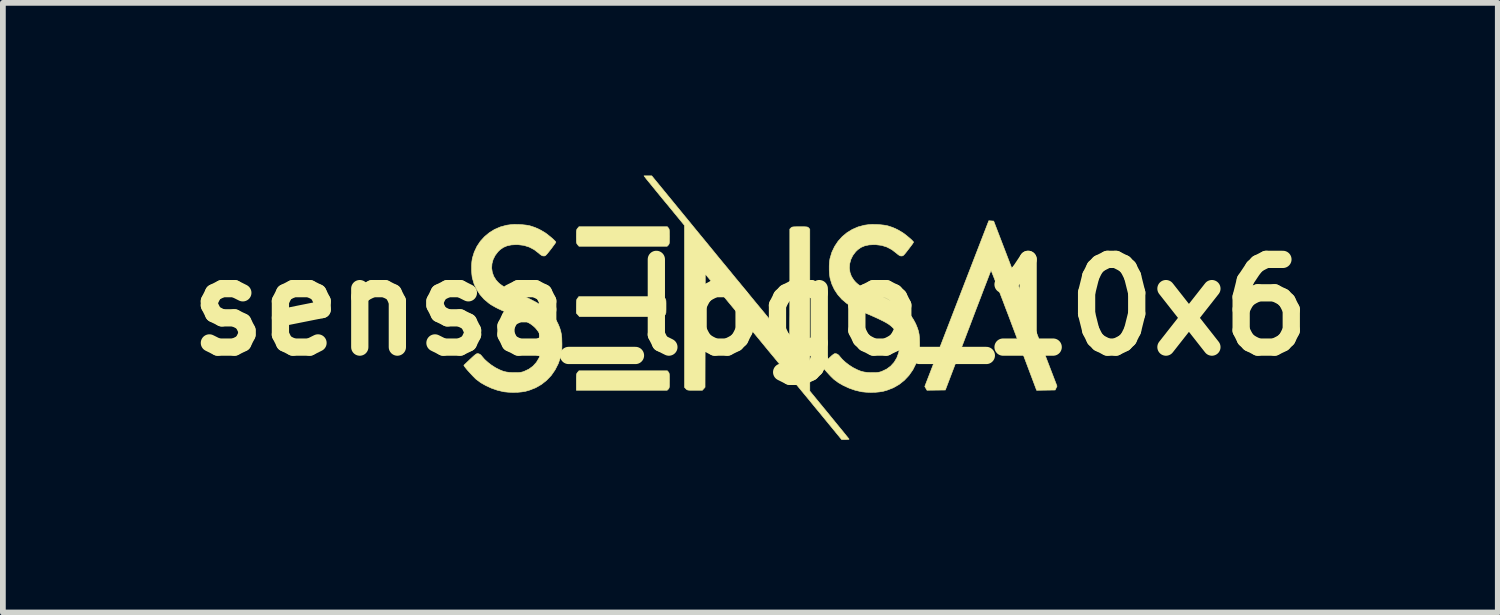
<source format=kicad_pcb>
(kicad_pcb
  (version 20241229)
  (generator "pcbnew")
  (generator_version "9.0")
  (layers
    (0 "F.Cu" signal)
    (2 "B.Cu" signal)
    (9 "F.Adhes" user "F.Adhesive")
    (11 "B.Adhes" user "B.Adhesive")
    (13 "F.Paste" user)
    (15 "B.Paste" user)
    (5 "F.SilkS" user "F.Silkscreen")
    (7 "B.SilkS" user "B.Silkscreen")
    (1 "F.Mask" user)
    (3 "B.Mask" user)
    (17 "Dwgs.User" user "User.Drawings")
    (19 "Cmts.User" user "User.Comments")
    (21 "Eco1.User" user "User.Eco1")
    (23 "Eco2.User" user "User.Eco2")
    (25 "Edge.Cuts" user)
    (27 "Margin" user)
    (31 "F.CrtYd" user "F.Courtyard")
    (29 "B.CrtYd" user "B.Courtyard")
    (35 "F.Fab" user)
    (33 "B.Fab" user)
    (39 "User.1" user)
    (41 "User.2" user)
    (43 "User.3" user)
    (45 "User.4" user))
  (footprint "sensa_logo_10x6"
    (layer "F.Cu")
    (at 9.986 2.291)
    (property "Reference" "sensa_logo_10x6" (at 0 0 0) (layer "F.SilkS") (effects (font (size 1.524 1.524) (thickness 0.3))))
    (attr through_hole)
    (fp_poly (pts (xy -1.424 1.122) (xy -1.416 1.133) (xy -1.411 1.145) (xy -1.408 1.162) (xy -1.406 1.189) (xy -1.406 1.227) (xy -1.405 1.271) (xy -1.406 1.323) (xy -1.406 1.359) (xy -1.408 1.383) (xy -1.412 1.399) (xy -1.417 1.41) (xy -1.425 1.419) (xy -1.425 1.419) (xy -1.445 1.439) (xy -3.023 1.439) (xy -3.023 1.296) (xy -3.023 1.242) (xy -3.022 1.203) (xy -3.021 1.176) (xy -3.018 1.157) (xy -3.013 1.145) (xy -3.006 1.135) (xy -3 1.127) (xy -2.977 1.101) (xy -1.442 1.101) (xy -1.424 1.122)) (stroke (width 0.01) (type solid)) (fill yes) (layer "F.SilkS"))
    (fp_poly (pts (xy -1.488 -0.163) (xy -1.479 -0.152) (xy -1.472 -0.141) (xy -1.468 -0.127) (xy -1.466 -0.106) (xy -1.465 -0.074) (xy -1.465 -0.028) (xy -1.465 -0.014) (xy -1.465 0.036) (xy -1.466 0.071) (xy -1.467 0.095) (xy -1.471 0.11) (xy -1.477 0.121) (xy -1.486 0.132) (xy -1.488 0.135) (xy -1.512 0.16) (xy -2.968 0.16) (xy -3.023 0.098) (xy -3.023 -0.016) (xy -3.022 -0.065) (xy -3.021 -0.098) (xy -3.019 -0.121) (xy -3.015 -0.137) (xy -3.008 -0.15) (xy -3.001 -0.159) (xy -2.979 -0.188) (xy -1.512 -0.188) (xy -1.488 -0.163)) (stroke (width 0.01) (type solid)) (fill yes) (layer "F.SilkS"))
    (fp_poly (pts (xy -1.424 -1.38) (xy -1.416 -1.37) (xy -1.411 -1.358) (xy -1.408 -1.34) (xy -1.406 -1.314) (xy -1.406 -1.275) (xy -1.405 -1.231) (xy -1.406 -1.18) (xy -1.406 -1.144) (xy -1.408 -1.119) (xy -1.412 -1.104) (xy -1.417 -1.093) (xy -1.425 -1.084) (xy -1.425 -1.083) (xy -1.445 -1.063) (xy -2.977 -1.063) (xy -3 -1.089) (xy -3.009 -1.101) (xy -3.016 -1.113) (xy -3.02 -1.129) (xy -3.022 -1.152) (xy -3.022 -1.187) (xy -3.023 -1.232) (xy -3.022 -1.281) (xy -3.022 -1.315) (xy -3.019 -1.337) (xy -3.015 -1.353) (xy -3.009 -1.364) (xy -3 -1.375) (xy -2.977 -1.402) (xy -1.442 -1.402) (xy -1.424 -1.38)) (stroke (width 0.01) (type solid)) (fill yes) (layer "F.SilkS"))
    (fp_poly (pts (xy 4.186 -1.503) (xy 4.228 -1.5) (xy 4.778 -0.066) (xy 5.328 1.368) (xy 5.296 1.435) (xy 4.974 1.44) (xy 4.581 0.395) (xy 4.531 0.262) (xy 4.483 0.134) (xy 4.436 0.012) (xy 4.393 -0.103) (xy 4.352 -0.209) (xy 4.315 -0.307) (xy 4.281 -0.394) (xy 4.252 -0.469) (xy 4.227 -0.533) (xy 4.207 -0.583) (xy 4.193 -0.618) (xy 4.184 -0.638) (xy 4.182 -0.642) (xy 4.178 -0.633) (xy 4.167 -0.607) (xy 4.151 -0.566) (xy 4.13 -0.511) (xy 4.104 -0.443) (xy 4.073 -0.363) (xy 4.038 -0.272) (xy 4 -0.171) (xy 3.958 -0.062) (xy 3.913 0.055) (xy 3.866 0.179) (xy 3.817 0.309) (xy 3.782 0.4) (xy 3.388 1.435) (xy 3.229 1.437) (xy 3.069 1.439) (xy 3.05 1.406) (xy 3.031 1.373) (xy 3.587 -0.067) (xy 4.143 -1.506) (xy 4.186 -1.503)) (stroke (width 0.01) (type solid)) (fill yes) (layer "F.SilkS"))
    (fp_poly (pts (xy -1.172 -1.626) (xy -1.08 -1.514) (xy -0.981 -1.393) (xy -0.877 -1.266) (xy -0.769 -1.135) (xy -0.661 -1.003) (xy -0.554 -0.872) (xy -0.449 -0.745) (xy -0.35 -0.625) (xy -0.258 -0.512) (xy -0.174 -0.411) (xy -0.161 -0.395) (xy -0.083 -0.3) (xy -0.005 -0.205) (xy 0.073 -0.11) (xy 0.149 -0.018) (xy 0.222 0.07) (xy 0.29 0.153) (xy 0.352 0.228) (xy 0.407 0.295) (xy 0.453 0.351) (xy 0.489 0.395) (xy 0.491 0.398) (xy 0.536 0.452) (xy 0.577 0.501) (xy 0.613 0.544) (xy 0.642 0.579) (xy 0.664 0.604) (xy 0.677 0.618) (xy 0.679 0.62) (xy 0.68 0.611) (xy 0.681 0.584) (xy 0.682 0.541) (xy 0.683 0.483) (xy 0.683 0.411) (xy 0.684 0.326) (xy 0.684 0.23) (xy 0.685 0.124) (xy 0.685 0.008) (xy 0.686 -0.115) (xy 0.686 -0.245) (xy 0.686 -0.37) (xy 0.686 -1.361) (xy 0.705 -1.381) (xy 0.714 -1.389) (xy 0.724 -1.394) (xy 0.738 -1.398) (xy 0.759 -1.4) (xy 0.79 -1.401) (xy 0.834 -1.402) (xy 0.861 -1.402) (xy 0.911 -1.402) (xy 0.948 -1.401) (xy 0.974 -1.399) (xy 0.99 -1.397) (xy 1.001 -1.392) (xy 1.009 -1.386) (xy 1.015 -1.38) (xy 1.033 -1.358) (xy 1.033 0.048) (xy 1.033 1.453) (xy 1.373 1.867) (xy 1.434 1.942) (xy 1.491 2.012) (xy 1.545 2.078) (xy 1.593 2.136) (xy 1.634 2.187) (xy 1.668 2.229) (xy 1.694 2.261) (xy 1.71 2.281) (xy 1.716 2.288) (xy 1.71 2.292) (xy 1.691 2.294) (xy 1.662 2.295) (xy 1.653 2.295) (xy 1.586 2.295) (xy 1.26 1.898) (xy 1.203 1.828) (xy 1.141 1.754) (xy 1.075 1.673) (xy 1.003 1.585) (xy 0.925 1.491) (xy 0.841 1.389) (xy 0.75 1.278) (xy 0.652 1.159) (xy 0.546 1.031) (xy 0.432 0.892) (xy 0.309 0.744) (xy 0.178 0.584) (xy 0.036 0.412) (xy -0.115 0.229) (xy -0.277 0.032) (xy -0.45 -0.177) (xy -0.457 -0.186) (xy -0.783 -0.581) (xy -0.785 0.403) (xy -0.787 1.387) (xy -0.81 1.413) (xy -0.833 1.439) (xy -0.964 1.439) (xy -1.014 1.439) (xy -1.05 1.439) (xy -1.074 1.437) (xy -1.091 1.434) (xy -1.102 1.429) (xy -1.112 1.422) (xy -1.119 1.414) (xy -1.143 1.389) (xy -1.143 -0.018) (xy -1.144 -1.425) (xy -1.461 -1.811) (xy -1.522 -1.884) (xy -1.58 -1.955) (xy -1.634 -2.021) (xy -1.683 -2.081) (xy -1.726 -2.134) (xy -1.762 -2.178) (xy -1.79 -2.212) (xy -1.808 -2.234) (xy -1.813 -2.241) (xy -1.847 -2.286) (xy -1.713 -2.286) (xy -1.172 -1.626)) (stroke (width 0.01) (type solid)) (fill yes) (layer "F.SilkS"))
    (fp_poly (pts (xy -4.032 -1.441) (xy -3.962 -1.437) (xy -3.895 -1.43) (xy -3.838 -1.42) (xy -3.823 -1.416) (xy -3.741 -1.389) (xy -3.656 -1.35) (xy -3.573 -1.302) (xy -3.571 -1.301) (xy -3.538 -1.278) (xy -3.503 -1.25) (xy -3.467 -1.221) (xy -3.434 -1.193) (xy -3.407 -1.167) (xy -3.387 -1.147) (xy -3.379 -1.135) (xy -3.379 -1.134) (xy -3.384 -1.124) (xy -3.399 -1.102) (xy -3.421 -1.072) (xy -3.448 -1.035) (xy -3.468 -1.009) (xy -3.502 -0.966) (xy -3.527 -0.935) (xy -3.545 -0.915) (xy -3.559 -0.902) (xy -3.57 -0.896) (xy -3.582 -0.894) (xy -3.589 -0.894) (xy -3.609 -0.896) (xy -3.63 -0.906) (xy -3.655 -0.924) (xy -3.674 -0.941) (xy -3.756 -1.004) (xy -3.842 -1.049) (xy -3.934 -1.078) (xy -4.033 -1.09) (xy -4.067 -1.091) (xy -4.153 -1.086) (xy -4.227 -1.07) (xy -4.291 -1.043) (xy -4.348 -1.003) (xy -4.384 -0.968) (xy -4.434 -0.902) (xy -4.469 -0.832) (xy -4.489 -0.758) (xy -4.494 -0.684) (xy -4.483 -0.61) (xy -4.458 -0.54) (xy -4.418 -0.476) (xy -4.389 -0.443) (xy -4.366 -0.42) (xy -4.341 -0.4) (xy -4.313 -0.38) (xy -4.281 -0.359) (xy -4.241 -0.337) (xy -4.192 -0.313) (xy -4.132 -0.285) (xy -4.059 -0.251) (xy -4.022 -0.235) (xy -3.903 -0.181) (xy -3.799 -0.13) (xy -3.71 -0.083) (xy -3.632 -0.036) (xy -3.565 0.009) (xy -3.508 0.056) (xy -3.46 0.103) (xy -3.418 0.154) (xy -3.382 0.208) (xy -3.35 0.267) (xy -3.336 0.296) (xy -3.312 0.355) (xy -3.295 0.41) (xy -3.283 0.466) (xy -3.276 0.529) (xy -3.274 0.603) (xy -3.273 0.64) (xy -3.274 0.697) (xy -3.275 0.74) (xy -3.279 0.776) (xy -3.284 0.807) (xy -3.292 0.841) (xy -3.296 0.859) (xy -3.337 0.977) (xy -3.392 1.085) (xy -3.459 1.182) (xy -3.539 1.266) (xy -3.63 1.338) (xy -3.731 1.396) (xy -3.842 1.439) (xy -3.909 1.458) (xy -3.973 1.468) (xy -4.048 1.475) (xy -4.128 1.476) (xy -4.206 1.473) (xy -4.277 1.466) (xy -4.297 1.462) (xy -4.397 1.438) (xy -4.497 1.403) (xy -4.593 1.359) (xy -4.682 1.309) (xy -4.757 1.253) (xy -4.76 1.252) (xy -4.783 1.23) (xy -4.811 1.202) (xy -4.843 1.168) (xy -4.876 1.132) (xy -4.908 1.097) (xy -4.936 1.064) (xy -4.958 1.036) (xy -4.972 1.016) (xy -4.977 1.006) (xy -4.97 0.998) (xy -4.952 0.981) (xy -4.925 0.955) (xy -4.892 0.924) (xy -4.866 0.899) (xy -4.826 0.862) (xy -4.796 0.835) (xy -4.775 0.818) (xy -4.759 0.808) (xy -4.747 0.803) (xy -4.736 0.803) (xy -4.724 0.804) (xy -4.7 0.813) (xy -4.679 0.83) (xy -4.66 0.853) (xy -4.618 0.902) (xy -4.563 0.952) (xy -4.501 1) (xy -4.436 1.042) (xy -4.417 1.053) (xy -4.353 1.085) (xy -4.296 1.108) (xy -4.241 1.122) (xy -4.181 1.13) (xy -4.112 1.133) (xy -4.102 1.133) (xy -4.053 1.133) (xy -4.016 1.131) (xy -3.986 1.127) (xy -3.959 1.121) (xy -3.93 1.111) (xy -3.847 1.072) (xy -3.776 1.02) (xy -3.717 0.955) (xy -3.671 0.878) (xy -3.638 0.791) (xy -3.627 0.743) (xy -3.617 0.653) (xy -3.623 0.569) (xy -3.645 0.492) (xy -3.684 0.419) (xy -3.728 0.363) (xy -3.754 0.337) (xy -3.784 0.312) (xy -3.818 0.287) (xy -3.86 0.262) (xy -3.911 0.235) (xy -3.972 0.205) (xy -4.046 0.171) (xy -4.133 0.132) (xy -4.157 0.122) (xy -4.243 0.085) (xy -4.316 0.052) (xy -4.376 0.024) (xy -4.427 -0.002) (xy -4.471 -0.027) (xy -4.51 -0.05) (xy -4.545 -0.075) (xy -4.545 -0.075) (xy -4.626 -0.143) (xy -4.696 -0.222) (xy -4.754 -0.311) (xy -4.799 -0.406) (xy -4.828 -0.506) (xy -4.832 -0.521) (xy -4.839 -0.581) (xy -4.843 -0.65) (xy -4.843 -0.721) (xy -4.839 -0.789) (xy -4.831 -0.846) (xy -4.83 -0.853) (xy -4.797 -0.96) (xy -4.75 -1.06) (xy -4.69 -1.15) (xy -4.617 -1.23) (xy -4.534 -1.299) (xy -4.442 -1.356) (xy -4.341 -1.399) (xy -4.234 -1.428) (xy -4.16 -1.438) (xy -4.1 -1.442) (xy -4.032 -1.441)) (stroke (width 0.01) (type solid)) (fill yes) (layer "F.SilkS"))
    (fp_poly (pts (xy 2.183 -1.441) (xy 2.253 -1.437) (xy 2.319 -1.43) (xy 2.376 -1.42) (xy 2.392 -1.416) (xy 2.474 -1.389) (xy 2.559 -1.35) (xy 2.641 -1.302) (xy 2.643 -1.301) (xy 2.676 -1.278) (xy 2.712 -1.25) (xy 2.747 -1.221) (xy 2.78 -1.193) (xy 2.808 -1.167) (xy 2.827 -1.147) (xy 2.836 -1.135) (xy 2.836 -1.134) (xy 2.83 -1.124) (xy 2.816 -1.102) (xy 2.794 -1.072) (xy 2.766 -1.035) (xy 2.746 -1.009) (xy 2.713 -0.966) (xy 2.688 -0.935) (xy 2.67 -0.915) (xy 2.656 -0.902) (xy 2.644 -0.896) (xy 2.633 -0.894) (xy 2.625 -0.894) (xy 2.605 -0.896) (xy 2.585 -0.906) (xy 2.56 -0.924) (xy 2.54 -0.941) (xy 2.458 -1.004) (xy 2.373 -1.049) (xy 2.281 -1.078) (xy 2.181 -1.09) (xy 2.147 -1.091) (xy 2.061 -1.086) (xy 1.987 -1.07) (xy 1.923 -1.043) (xy 1.866 -1.003) (xy 1.83 -0.968) (xy 1.78 -0.902) (xy 1.746 -0.832) (xy 1.726 -0.758) (xy 1.721 -0.684) (xy 1.731 -0.61) (xy 1.756 -0.54) (xy 1.797 -0.476) (xy 1.825 -0.443) (xy 1.849 -0.42) (xy 1.873 -0.4) (xy 1.901 -0.38) (xy 1.934 -0.359) (xy 1.974 -0.337) (xy 2.023 -0.313) (xy 2.083 -0.285) (xy 2.156 -0.251) (xy 2.193 -0.235) (xy 2.312 -0.181) (xy 2.415 -0.13) (xy 2.505 -0.083) (xy 2.583 -0.036) (xy 2.649 0.009) (xy 2.706 0.056) (xy 2.755 0.103) (xy 2.796 0.154) (xy 2.832 0.208) (xy 2.864 0.267) (xy 2.878 0.296) (xy 2.902 0.355) (xy 2.92 0.41) (xy 2.932 0.466) (xy 2.938 0.529) (xy 2.941 0.603) (xy 2.941 0.64) (xy 2.941 0.697) (xy 2.939 0.74) (xy 2.936 0.776) (xy 2.931 0.807) (xy 2.923 0.841) (xy 2.918 0.859) (xy 2.877 0.977) (xy 2.823 1.085) (xy 2.755 1.182) (xy 2.676 1.266) (xy 2.585 1.338) (xy 2.484 1.396) (xy 2.373 1.439) (xy 2.305 1.458) (xy 2.241 1.468) (xy 2.166 1.475) (xy 2.087 1.476) (xy 2.009 1.473) (xy 1.938 1.466) (xy 1.918 1.462) (xy 1.818 1.438) (xy 1.718 1.403) (xy 1.621 1.359) (xy 1.533 1.309) (xy 1.457 1.253) (xy 1.455 1.252) (xy 1.432 1.23) (xy 1.403 1.202) (xy 1.371 1.168) (xy 1.338 1.132) (xy 1.307 1.097) (xy 1.279 1.064) (xy 1.256 1.036) (xy 1.242 1.016) (xy 1.238 1.006) (xy 1.245 0.998) (xy 1.263 0.981) (xy 1.289 0.955) (xy 1.322 0.924) (xy 1.349 0.899) (xy 1.389 0.862) (xy 1.418 0.835) (xy 1.44 0.818) (xy 1.455 0.808) (xy 1.467 0.803) (xy 1.479 0.803) (xy 1.49 0.804) (xy 1.514 0.813) (xy 1.536 0.83) (xy 1.555 0.853) (xy 1.597 0.902) (xy 1.651 0.952) (xy 1.713 1) (xy 1.778 1.042) (xy 1.798 1.053) (xy 1.862 1.085) (xy 1.919 1.108) (xy 1.974 1.122) (xy 2.033 1.13) (xy 2.103 1.133) (xy 2.112 1.133) (xy 2.162 1.133) (xy 2.199 1.131) (xy 2.229 1.127) (xy 2.256 1.121) (xy 2.285 1.111) (xy 2.367 1.072) (xy 2.438 1.02) (xy 2.497 0.955) (xy 2.544 0.878) (xy 2.576 0.791) (xy 2.587 0.743) (xy 2.597 0.653) (xy 2.591 0.569) (xy 2.569 0.492) (xy 2.531 0.419) (xy 2.486 0.363) (xy 2.46 0.337) (xy 2.431 0.312) (xy 2.396 0.287) (xy 2.354 0.262) (xy 2.303 0.235) (xy 2.242 0.205) (xy 2.169 0.171) (xy 2.081 0.132) (xy 2.057 0.122) (xy 1.971 0.085) (xy 1.899 0.052) (xy 1.838 0.024) (xy 1.787 -0.002) (xy 1.743 -0.027) (xy 1.705 -0.05) (xy 1.669 -0.075) (xy 1.669 -0.075) (xy 1.589 -0.143) (xy 1.519 -0.222) (xy 1.46 -0.311) (xy 1.416 -0.406) (xy 1.386 -0.506) (xy 1.383 -0.521) (xy 1.375 -0.581) (xy 1.371 -0.65) (xy 1.371 -0.721) (xy 1.375 -0.789) (xy 1.383 -0.846) (xy 1.385 -0.853) (xy 1.417 -0.96) (xy 1.465 -1.06) (xy 1.525 -1.15) (xy 1.597 -1.23) (xy 1.68 -1.299) (xy 1.773 -1.356) (xy 1.873 -1.399) (xy 1.981 -1.428) (xy 2.054 -1.438) (xy 2.114 -1.442) (xy 2.183 -1.441)) (stroke (width 0.01) (type solid)) (fill yes) (layer "F.SilkS")))
  (gr_rect
    (start -3 -3)
    (end 22.972 7.591)
    (stroke (width 0.1) (type default))
    (fill no)
    (layer "Edge.Cuts")))
</source>
